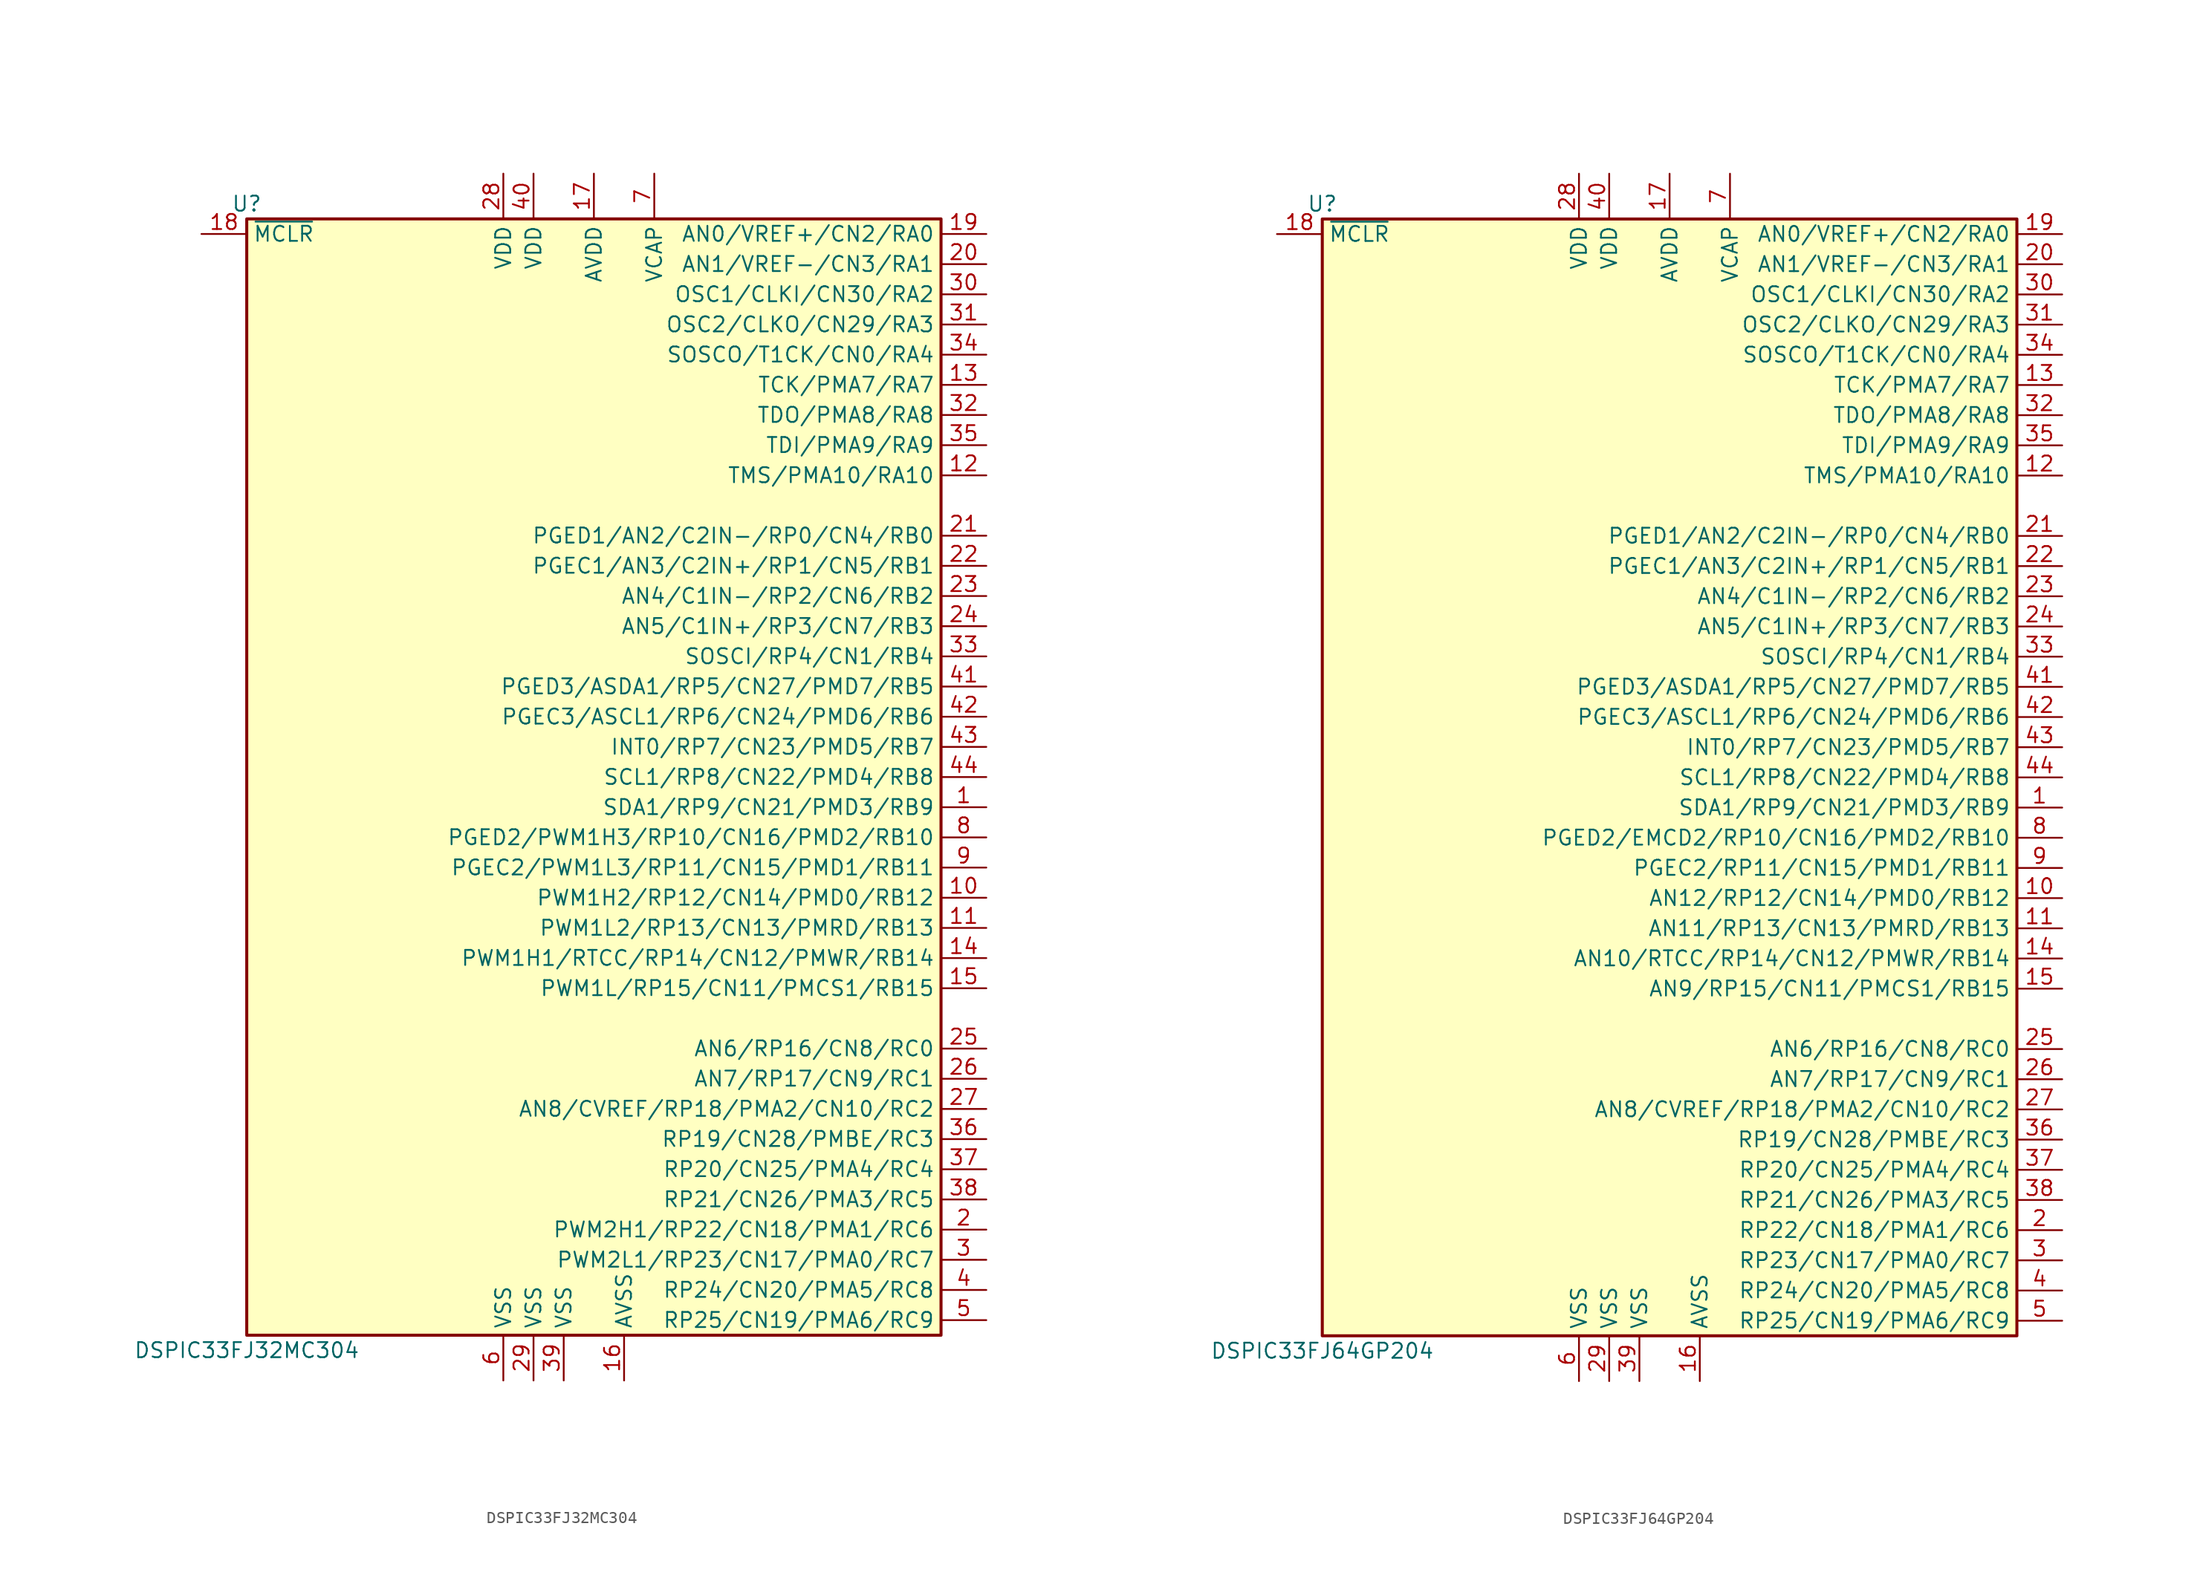
<source format=kicad_sym>
(kicad_symbol_lib
  (version 20201005)
  (generator kicad_symbol_editor)
  (symbol "DSP_Microchip_DSPIC33:DSPIC33FJ32MC304"
    (property "Reference" "U"
      (at -29.21 48.26 0)
      (effects (font (size 1.27 1.27))))
    (property "Value" "DSPIC33FJ32MC304"
      (at -29.21 -48.26 0)
      (effects (font (size 1.27 1.27))))
    (symbol "DSPIC33FJ32MC304_1_1"
      (rectangle (start -29.21 46.99) (end 29.21 -46.99) (stroke (width 0.254)) (fill (type background)))
      (pin bidirectional line (at 33.02 -2.54 180) (length 3.81) (name "SDA1/RP9/CN21/PMD3/RB9" (effects (font (size 1.27 1.27)))) (number "1" (effects (font (size 1.27 1.27)))))
      (pin bidirectional line (at 33.02 -10.16 180) (length 3.81) (name "PWM1H2/RP12/CN14/PMD0/RB12" (effects (font (size 1.27 1.27)))) (number "10" (effects (font (size 1.27 1.27)))))
      (pin bidirectional line (at 33.02 -12.7 180) (length 3.81) (name "PWM1L2/RP13/CN13/PMRD/RB13" (effects (font (size 1.27 1.27)))) (number "11" (effects (font (size 1.27 1.27)))))
      (pin bidirectional line (at 33.02 25.4 180) (length 3.81) (name "TMS/PMA10/RA10" (effects (font (size 1.27 1.27)))) (number "12" (effects (font (size 1.27 1.27)))))
      (pin bidirectional line (at 33.02 33.02 180) (length 3.81) (name "TCK/PMA7/RA7" (effects (font (size 1.27 1.27)))) (number "13" (effects (font (size 1.27 1.27)))))
      (pin bidirectional line (at 33.02 -15.24 180) (length 3.81) (name "PWM1H1/RTCC/RP14/CN12/PMWR/RB14" (effects (font (size 1.27 1.27)))) (number "14" (effects (font (size 1.27 1.27)))))
      (pin bidirectional line (at 33.02 -17.78 180) (length 3.81) (name "PWM1L/RP15/CN11/PMCS1/RB15" (effects (font (size 1.27 1.27)))) (number "15" (effects (font (size 1.27 1.27)))))
      (pin power_in line (at 2.54 -50.8 90) (length 3.81) (name "AVSS" (effects (font (size 1.27 1.27)))) (number "16" (effects (font (size 1.27 1.27)))))
      (pin power_in line (at 0 50.8 270) (length 3.81) (name "AVDD" (effects (font (size 1.27 1.27)))) (number "17" (effects (font (size 1.27 1.27)))))
      (pin input line (at -33.02 45.72 0) (length 3.81) (name "~MCLR" (effects (font (size 1.27 1.27)))) (number "18" (effects (font (size 1.27 1.27)))))
      (pin bidirectional line (at 33.02 45.72 180) (length 3.81) (name "AN0/VREF+/CN2/RA0" (effects (font (size 1.27 1.27)))) (number "19" (effects (font (size 1.27 1.27)))))
      (pin bidirectional line (at 33.02 -38.1 180) (length 3.81) (name "PWM2H1/RP22/CN18/PMA1/RC6" (effects (font (size 1.27 1.27)))) (number "2" (effects (font (size 1.27 1.27)))))
      (pin bidirectional line (at 33.02 43.18 180) (length 3.81) (name "AN1/VREF-/CN3/RA1" (effects (font (size 1.27 1.27)))) (number "20" (effects (font (size 1.27 1.27)))))
      (pin bidirectional line (at 33.02 20.32 180) (length 3.81) (name "PGED1/AN2/C2IN-/RP0/CN4/RB0" (effects (font (size 1.27 1.27)))) (number "21" (effects (font (size 1.27 1.27)))))
      (pin bidirectional line (at 33.02 17.78 180) (length 3.81) (name "PGEC1/AN3/C2IN+/RP1/CN5/RB1" (effects (font (size 1.27 1.27)))) (number "22" (effects (font (size 1.27 1.27)))))
      (pin bidirectional line (at 33.02 15.24 180) (length 3.81) (name "AN4/C1IN-/RP2/CN6/RB2" (effects (font (size 1.27 1.27)))) (number "23" (effects (font (size 1.27 1.27)))))
      (pin bidirectional line (at 33.02 12.7 180) (length 3.81) (name "AN5/C1IN+/RP3/CN7/RB3" (effects (font (size 1.27 1.27)))) (number "24" (effects (font (size 1.27 1.27)))))
      (pin bidirectional line (at 33.02 -22.86 180) (length 3.81) (name "AN6/RP16/CN8/RC0" (effects (font (size 1.27 1.27)))) (number "25" (effects (font (size 1.27 1.27)))))
      (pin bidirectional line (at 33.02 -25.4 180) (length 3.81) (name "AN7/RP17/CN9/RC1" (effects (font (size 1.27 1.27)))) (number "26" (effects (font (size 1.27 1.27)))))
      (pin bidirectional line (at 33.02 -27.94 180) (length 3.81) (name "AN8/CVREF/RP18/PMA2/CN10/RC2" (effects (font (size 1.27 1.27)))) (number "27" (effects (font (size 1.27 1.27)))))
      (pin power_in line (at -7.62 50.8 270) (length 3.81) (name "VDD" (effects (font (size 1.27 1.27)))) (number "28" (effects (font (size 1.27 1.27)))))
      (pin power_in line (at -5.08 -50.8 90) (length 3.81) (name "VSS" (effects (font (size 1.27 1.27)))) (number "29" (effects (font (size 1.27 1.27)))))
      (pin bidirectional line (at 33.02 -40.64 180) (length 3.81) (name "PWM2L1/RP23/CN17/PMA0/RC7" (effects (font (size 1.27 1.27)))) (number "3" (effects (font (size 1.27 1.27)))))
      (pin input line (at 33.02 40.64 180) (length 3.81) (name "OSC1/CLKI/CN30/RA2" (effects (font (size 1.27 1.27)))) (number "30" (effects (font (size 1.27 1.27)))))
      (pin input line (at 33.02 38.1 180) (length 3.81) (name "OSC2/CLKO/CN29/RA3" (effects (font (size 1.27 1.27)))) (number "31" (effects (font (size 1.27 1.27)))))
      (pin input line (at 33.02 30.48 180) (length 3.81) (name "TDO/PMA8/RA8" (effects (font (size 1.27 1.27)))) (number "32" (effects (font (size 1.27 1.27)))))
      (pin input line (at 33.02 10.16 180) (length 3.81) (name "SOSCI/RP4/CN1/RB4" (effects (font (size 1.27 1.27)))) (number "33" (effects (font (size 1.27 1.27)))))
      (pin input line (at 33.02 35.56 180) (length 3.81) (name "SOSCO/T1CK/CN0/RA4" (effects (font (size 1.27 1.27)))) (number "34" (effects (font (size 1.27 1.27)))))
      (pin input line (at 33.02 27.94 180) (length 3.81) (name "TDI/PMA9/RA9" (effects (font (size 1.27 1.27)))) (number "35" (effects (font (size 1.27 1.27)))))
      (pin input line (at 33.02 -30.48 180) (length 3.81) (name "RP19/CN28/PMBE/RC3" (effects (font (size 1.27 1.27)))) (number "36" (effects (font (size 1.27 1.27)))))
      (pin input line (at 33.02 -33.02 180) (length 3.81) (name "RP20/CN25/PMA4/RC4" (effects (font (size 1.27 1.27)))) (number "37" (effects (font (size 1.27 1.27)))))
      (pin input line (at 33.02 -35.56 180) (length 3.81) (name "RP21/CN26/PMA3/RC5" (effects (font (size 1.27 1.27)))) (number "38" (effects (font (size 1.27 1.27)))))
      (pin power_in line (at -2.54 -50.8 90) (length 3.81) (name "VSS" (effects (font (size 1.27 1.27)))) (number "39" (effects (font (size 1.27 1.27)))))
      (pin bidirectional line (at 33.02 -43.18 180) (length 3.81) (name "RP24/CN20/PMA5/RC8" (effects (font (size 1.27 1.27)))) (number "4" (effects (font (size 1.27 1.27)))))
      (pin power_in line (at -5.08 50.8 270) (length 3.81) (name "VDD" (effects (font (size 1.27 1.27)))) (number "40" (effects (font (size 1.27 1.27)))))
      (pin input line (at 33.02 7.62 180) (length 3.81) (name "PGED3/ASDA1/RP5/CN27/PMD7/RB5" (effects (font (size 1.27 1.27)))) (number "41" (effects (font (size 1.27 1.27)))))
      (pin input line (at 33.02 5.08 180) (length 3.81) (name "PGEC3/ASCL1/RP6/CN24/PMD6/RB6" (effects (font (size 1.27 1.27)))) (number "42" (effects (font (size 1.27 1.27)))))
      (pin input line (at 33.02 2.54 180) (length 3.81) (name "INT0/RP7/CN23/PMD5/RB7" (effects (font (size 1.27 1.27)))) (number "43" (effects (font (size 1.27 1.27)))))
      (pin input line (at 33.02 0 180) (length 3.81) (name "SCL1/RP8/CN22/PMD4/RB8" (effects (font (size 1.27 1.27)))) (number "44" (effects (font (size 1.27 1.27)))))
      (pin bidirectional line (at 33.02 -45.72 180) (length 3.81) (name "RP25/CN19/PMA6/RC9" (effects (font (size 1.27 1.27)))) (number "5" (effects (font (size 1.27 1.27)))))
      (pin power_in line (at -7.62 -50.8 90) (length 3.81) (name "VSS" (effects (font (size 1.27 1.27)))) (number "6" (effects (font (size 1.27 1.27)))))
      (pin power_in line (at 5.08 50.8 270) (length 3.81) (name "VCAP" (effects (font (size 1.27 1.27)))) (number "7" (effects (font (size 1.27 1.27)))))
      (pin bidirectional line (at 33.02 -5.08 180) (length 3.81) (name "PGED2/PWM1H3/RP10/CN16/PMD2/RB10" (effects (font (size 1.27 1.27)))) (number "8" (effects (font (size 1.27 1.27)))))
      (pin bidirectional line (at 33.02 -7.62 180) (length 3.81) (name "PGEC2/PWM1L3/RP11/CN15/PMD1/RB11" (effects (font (size 1.27 1.27)))) (number "9" (effects (font (size 1.27 1.27)))))))
  (symbol "DSP_Microchip_DSPIC33:DSPIC33FJ64GP204"
    (property "Reference" "U"
      (at -29.21 48.26 0)
      (effects (font (size 1.27 1.27))))
    (property "Value" "DSPIC33FJ64GP204"
      (at -29.21 -48.26 0)
      (effects (font (size 1.27 1.27))))
    (symbol "DSPIC33FJ64GP204_1_1"
      (rectangle (start -29.21 46.99) (end 29.21 -46.99) (stroke (width 0.254)) (fill (type background)))
      (pin bidirectional line (at 33.02 -2.54 180) (length 3.81) (name "SDA1/RP9/CN21/PMD3/RB9" (effects (font (size 1.27 1.27)))) (number "1" (effects (font (size 1.27 1.27)))))
      (pin bidirectional line (at 33.02 -10.16 180) (length 3.81) (name "AN12/RP12/CN14/PMD0/RB12" (effects (font (size 1.27 1.27)))) (number "10" (effects (font (size 1.27 1.27)))))
      (pin bidirectional line (at 33.02 -12.7 180) (length 3.81) (name "AN11/RP13/CN13/PMRD/RB13" (effects (font (size 1.27 1.27)))) (number "11" (effects (font (size 1.27 1.27)))))
      (pin bidirectional line (at 33.02 25.4 180) (length 3.81) (name "TMS/PMA10/RA10" (effects (font (size 1.27 1.27)))) (number "12" (effects (font (size 1.27 1.27)))))
      (pin bidirectional line (at 33.02 33.02 180) (length 3.81) (name "TCK/PMA7/RA7" (effects (font (size 1.27 1.27)))) (number "13" (effects (font (size 1.27 1.27)))))
      (pin bidirectional line (at 33.02 -15.24 180) (length 3.81) (name "AN10/RTCC/RP14/CN12/PMWR/RB14" (effects (font (size 1.27 1.27)))) (number "14" (effects (font (size 1.27 1.27)))))
      (pin bidirectional line (at 33.02 -17.78 180) (length 3.81) (name "AN9/RP15/CN11/PMCS1/RB15" (effects (font (size 1.27 1.27)))) (number "15" (effects (font (size 1.27 1.27)))))
      (pin power_in line (at 2.54 -50.8 90) (length 3.81) (name "AVSS" (effects (font (size 1.27 1.27)))) (number "16" (effects (font (size 1.27 1.27)))))
      (pin power_in line (at 0 50.8 270) (length 3.81) (name "AVDD" (effects (font (size 1.27 1.27)))) (number "17" (effects (font (size 1.27 1.27)))))
      (pin input line (at -33.02 45.72 0) (length 3.81) (name "~MCLR" (effects (font (size 1.27 1.27)))) (number "18" (effects (font (size 1.27 1.27)))))
      (pin bidirectional line (at 33.02 45.72 180) (length 3.81) (name "AN0/VREF+/CN2/RA0" (effects (font (size 1.27 1.27)))) (number "19" (effects (font (size 1.27 1.27)))))
      (pin bidirectional line (at 33.02 -38.1 180) (length 3.81) (name "RP22/CN18/PMA1/RC6" (effects (font (size 1.27 1.27)))) (number "2" (effects (font (size 1.27 1.27)))))
      (pin bidirectional line (at 33.02 43.18 180) (length 3.81) (name "AN1/VREF-/CN3/RA1" (effects (font (size 1.27 1.27)))) (number "20" (effects (font (size 1.27 1.27)))))
      (pin bidirectional line (at 33.02 20.32 180) (length 3.81) (name "PGED1/AN2/C2IN-/RP0/CN4/RB0" (effects (font (size 1.27 1.27)))) (number "21" (effects (font (size 1.27 1.27)))))
      (pin bidirectional line (at 33.02 17.78 180) (length 3.81) (name "PGEC1/AN3/C2IN+/RP1/CN5/RB1" (effects (font (size 1.27 1.27)))) (number "22" (effects (font (size 1.27 1.27)))))
      (pin bidirectional line (at 33.02 15.24 180) (length 3.81) (name "AN4/C1IN-/RP2/CN6/RB2" (effects (font (size 1.27 1.27)))) (number "23" (effects (font (size 1.27 1.27)))))
      (pin bidirectional line (at 33.02 12.7 180) (length 3.81) (name "AN5/C1IN+/RP3/CN7/RB3" (effects (font (size 1.27 1.27)))) (number "24" (effects (font (size 1.27 1.27)))))
      (pin bidirectional line (at 33.02 -22.86 180) (length 3.81) (name "AN6/RP16/CN8/RC0" (effects (font (size 1.27 1.27)))) (number "25" (effects (font (size 1.27 1.27)))))
      (pin bidirectional line (at 33.02 -25.4 180) (length 3.81) (name "AN7/RP17/CN9/RC1" (effects (font (size 1.27 1.27)))) (number "26" (effects (font (size 1.27 1.27)))))
      (pin bidirectional line (at 33.02 -27.94 180) (length 3.81) (name "AN8/CVREF/RP18/PMA2/CN10/RC2" (effects (font (size 1.27 1.27)))) (number "27" (effects (font (size 1.27 1.27)))))
      (pin power_in line (at -7.62 50.8 270) (length 3.81) (name "VDD" (effects (font (size 1.27 1.27)))) (number "28" (effects (font (size 1.27 1.27)))))
      (pin power_in line (at -5.08 -50.8 90) (length 3.81) (name "VSS" (effects (font (size 1.27 1.27)))) (number "29" (effects (font (size 1.27 1.27)))))
      (pin bidirectional line (at 33.02 -40.64 180) (length 3.81) (name "RP23/CN17/PMA0/RC7" (effects (font (size 1.27 1.27)))) (number "3" (effects (font (size 1.27 1.27)))))
      (pin input line (at 33.02 40.64 180) (length 3.81) (name "OSC1/CLKI/CN30/RA2" (effects (font (size 1.27 1.27)))) (number "30" (effects (font (size 1.27 1.27)))))
      (pin input line (at 33.02 38.1 180) (length 3.81) (name "OSC2/CLKO/CN29/RA3" (effects (font (size 1.27 1.27)))) (number "31" (effects (font (size 1.27 1.27)))))
      (pin input line (at 33.02 30.48 180) (length 3.81) (name "TDO/PMA8/RA8" (effects (font (size 1.27 1.27)))) (number "32" (effects (font (size 1.27 1.27)))))
      (pin input line (at 33.02 10.16 180) (length 3.81) (name "SOSCI/RP4/CN1/RB4" (effects (font (size 1.27 1.27)))) (number "33" (effects (font (size 1.27 1.27)))))
      (pin input line (at 33.02 35.56 180) (length 3.81) (name "SOSCO/T1CK/CN0/RA4" (effects (font (size 1.27 1.27)))) (number "34" (effects (font (size 1.27 1.27)))))
      (pin input line (at 33.02 27.94 180) (length 3.81) (name "TDI/PMA9/RA9" (effects (font (size 1.27 1.27)))) (number "35" (effects (font (size 1.27 1.27)))))
      (pin input line (at 33.02 -30.48 180) (length 3.81) (name "RP19/CN28/PMBE/RC3" (effects (font (size 1.27 1.27)))) (number "36" (effects (font (size 1.27 1.27)))))
      (pin input line (at 33.02 -33.02 180) (length 3.81) (name "RP20/CN25/PMA4/RC4" (effects (font (size 1.27 1.27)))) (number "37" (effects (font (size 1.27 1.27)))))
      (pin input line (at 33.02 -35.56 180) (length 3.81) (name "RP21/CN26/PMA3/RC5" (effects (font (size 1.27 1.27)))) (number "38" (effects (font (size 1.27 1.27)))))
      (pin power_in line (at -2.54 -50.8 90) (length 3.81) (name "VSS" (effects (font (size 1.27 1.27)))) (number "39" (effects (font (size 1.27 1.27)))))
      (pin bidirectional line (at 33.02 -43.18 180) (length 3.81) (name "RP24/CN20/PMA5/RC8" (effects (font (size 1.27 1.27)))) (number "4" (effects (font (size 1.27 1.27)))))
      (pin power_in line (at -5.08 50.8 270) (length 3.81) (name "VDD" (effects (font (size 1.27 1.27)))) (number "40" (effects (font (size 1.27 1.27)))))
      (pin input line (at 33.02 7.62 180) (length 3.81) (name "PGED3/ASDA1/RP5/CN27/PMD7/RB5" (effects (font (size 1.27 1.27)))) (number "41" (effects (font (size 1.27 1.27)))))
      (pin input line (at 33.02 5.08 180) (length 3.81) (name "PGEC3/ASCL1/RP6/CN24/PMD6/RB6" (effects (font (size 1.27 1.27)))) (number "42" (effects (font (size 1.27 1.27)))))
      (pin input line (at 33.02 2.54 180) (length 3.81) (name "INT0/RP7/CN23/PMD5/RB7" (effects (font (size 1.27 1.27)))) (number "43" (effects (font (size 1.27 1.27)))))
      (pin input line (at 33.02 0 180) (length 3.81) (name "SCL1/RP8/CN22/PMD4/RB8" (effects (font (size 1.27 1.27)))) (number "44" (effects (font (size 1.27 1.27)))))
      (pin bidirectional line (at 33.02 -45.72 180) (length 3.81) (name "RP25/CN19/PMA6/RC9" (effects (font (size 1.27 1.27)))) (number "5" (effects (font (size 1.27 1.27)))))
      (pin power_in line (at -7.62 -50.8 90) (length 3.81) (name "VSS" (effects (font (size 1.27 1.27)))) (number "6" (effects (font (size 1.27 1.27)))))
      (pin power_in line (at 5.08 50.8 270) (length 3.81) (name "VCAP" (effects (font (size 1.27 1.27)))) (number "7" (effects (font (size 1.27 1.27)))))
      (pin bidirectional line (at 33.02 -5.08 180) (length 3.81) (name "PGED2/EMCD2/RP10/CN16/PMD2/RB10" (effects (font (size 1.27 1.27)))) (number "8" (effects (font (size 1.27 1.27)))))
      (pin bidirectional line (at 33.02 -7.62 180) (length 3.81) (name "PGEC2/RP11/CN15/PMD1/RB11" (effects (font (size 1.27 1.27)))) (number "9" (effects (font (size 1.27 1.27))))))))
</source>
